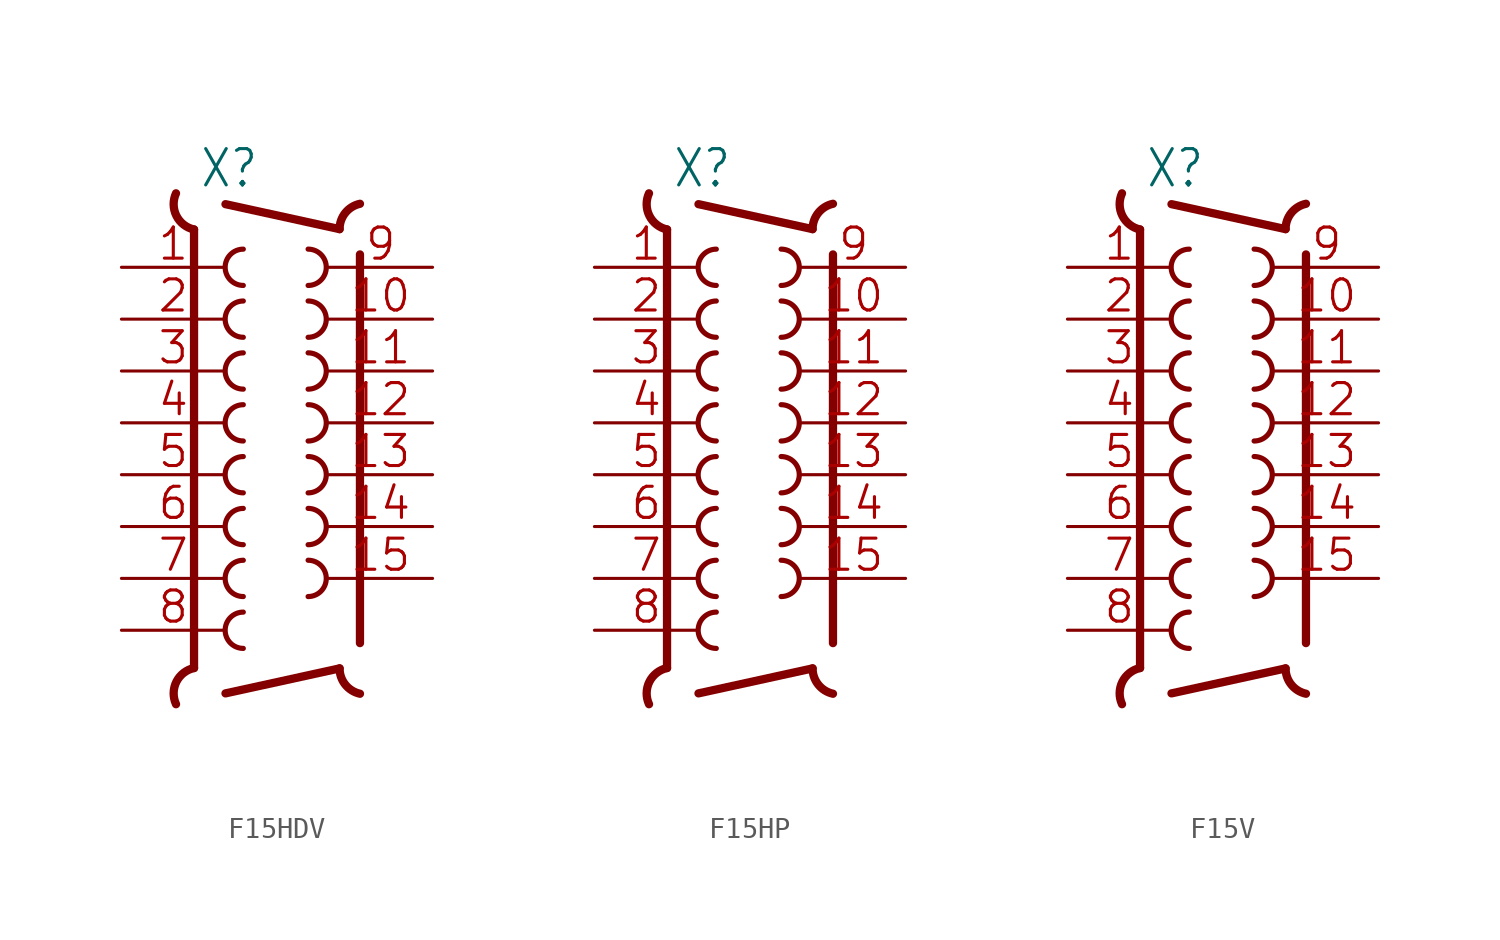
<source format=kicad_sym>
(kicad_symbol_lib
  (version 20241209)
  (generator "kicad_symbol_editor")
  (generator_version "9.0")
  (symbol "F15HDV"
    (property "Reference" "X"
      (at -3.81 11.43 0)
      (effects (font (size 1.778 1.511)) (justify left bottom)))
    (property "Value" ""
      (at -4.445 -15.875 0)
      (effects (font (size 1.778 1.511)) (justify left bottom)))
    (property "ki_locked" ""
      (at 0 0 0)
      (effects (font (size 1.27 1.27))))
    (symbol "F15HDV_1_0"
      (polyline (pts (xy -4.064 -12.011) (xy -4.064 9.471)) (stroke (width 0.406) (type solid)) (fill (type none)))
      (arc (start -4.064 9.4712) (mid -4.9294 10.1452) (end -4.9471 11.242) (stroke (width 0.4064) (type solid)) (fill (type none)))
      (arc (start -4.9467 -13.7821) (mid -4.9293 -12.6853) (end -4.064 -12.0112) (stroke (width 0.4064) (type solid)) (fill (type none)))
      (polyline (pts (xy -2.523 10.712) (xy 3.065 9.489)) (stroke (width 0.406) (type solid)) (fill (type none)))
      (polyline (pts (xy -2.523 -13.252) (xy 3.065 -12.029)) (stroke (width 0.406) (type solid)) (fill (type none)))
      (arc (start -1.651 6.731) (mid -2.54 7.62) (end -1.651 8.509) (stroke (width 0.254) (type solid)) (fill (type none)))
      (arc (start -1.651 4.191) (mid -2.54 5.08) (end -1.651 5.969) (stroke (width 0.254) (type solid)) (fill (type none)))
      (arc (start -1.651 1.651) (mid -2.54 2.54) (end -1.651 3.429) (stroke (width 0.254) (type solid)) (fill (type none)))
      (arc (start -1.651 -0.889) (mid -2.54 0) (end -1.651 0.889) (stroke (width 0.254) (type solid)) (fill (type none)))
      (arc (start -1.651 -3.429) (mid -2.54 -2.54) (end -1.651 -1.651) (stroke (width 0.254) (type solid)) (fill (type none)))
      (arc (start -1.651 -5.969) (mid -2.54 -5.08) (end -1.651 -4.191) (stroke (width 0.254) (type solid)) (fill (type none)))
      (arc (start -1.651 -8.509) (mid -2.54 -7.62) (end -1.651 -6.731) (stroke (width 0.254) (type solid)) (fill (type none)))
      (arc (start -1.651 -11.049) (mid -2.54 -10.16) (end -1.651 -9.271) (stroke (width 0.254) (type solid)) (fill (type none)))
      (arc (start 1.524 8.509) (mid 2.413 7.62) (end 1.524 6.731) (stroke (width 0.254) (type solid)) (fill (type none)))
      (arc (start 1.524 5.969) (mid 2.413 5.08) (end 1.524 4.191) (stroke (width 0.254) (type solid)) (fill (type none)))
      (arc (start 1.524 3.429) (mid 2.413 2.54) (end 1.524 1.651) (stroke (width 0.254) (type solid)) (fill (type none)))
      (arc (start 1.524 0.889) (mid 2.413 0) (end 1.524 -0.889) (stroke (width 0.254) (type solid)) (fill (type none)))
      (arc (start 1.524 -1.651) (mid 2.413 -2.54) (end 1.524 -3.429) (stroke (width 0.254) (type solid)) (fill (type none)))
      (arc (start 1.524 -4.191) (mid 2.413 -5.08) (end 1.524 -5.969) (stroke (width 0.254) (type solid)) (fill (type none)))
      (arc (start 1.524 -6.731) (mid 2.413 -7.62) (end 1.524 -8.509) (stroke (width 0.254) (type solid)) (fill (type none)))
      (polyline (pts (xy 4.064 -10.789) (xy 4.064 8.249)) (stroke (width 0.406) (type solid)) (fill (type none)))
      (arc (start 4.0639 -13.27) (mid 3.3461 -12.8256) (end 3.0654 -12.0294) (stroke (width 0.4064) (type solid)) (fill (type none)))
      (arc (start 3.0654 9.4895) (mid 3.3459 10.2859) (end 4.0638 10.7304) (stroke (width 0.4064) (type solid)) (fill (type none)))
      (pin passive line (at -7.62 7.62 0) (length 5.08) (name "1" (effects (font (size 0 0)))) (number "1" (effects (font (size 1.524 1.524)))))
      (pin passive line (at -7.62 5.08 0) (length 5.08) (name "2" (effects (font (size 0 0)))) (number "2" (effects (font (size 1.524 1.524)))))
      (pin passive line (at -7.62 2.54 0) (length 5.08) (name "3" (effects (font (size 0 0)))) (number "3" (effects (font (size 1.524 1.524)))))
      (pin passive line (at -7.62 0 0) (length 5.08) (name "4" (effects (font (size 0 0)))) (number "4" (effects (font (size 1.524 1.524)))))
      (pin passive line (at -7.62 -2.54 0) (length 5.08) (name "5" (effects (font (size 0 0)))) (number "5" (effects (font (size 1.524 1.524)))))
      (pin passive line (at -7.62 -5.08 0) (length 5.08) (name "6" (effects (font (size 0 0)))) (number "6" (effects (font (size 1.524 1.524)))))
      (pin passive line (at -7.62 -7.62 0) (length 5.08) (name "7" (effects (font (size 0 0)))) (number "7" (effects (font (size 1.524 1.524)))))
      (pin passive line (at -7.62 -10.16 0) (length 5.08) (name "8" (effects (font (size 0 0)))) (number "8" (effects (font (size 1.524 1.524)))))
      (pin passive line (at 7.62 7.62 180) (length 5.08) (name "9" (effects (font (size 0 0)))) (number "9" (effects (font (size 1.524 1.524)))))
      (pin passive line (at 7.62 5.08 180) (length 5.08) (name "10" (effects (font (size 0 0)))) (number "10" (effects (font (size 1.524 1.524)))))
      (pin passive line (at 7.62 2.54 180) (length 5.08) (name "11" (effects (font (size 0 0)))) (number "11" (effects (font (size 1.524 1.524)))))
      (pin passive line (at 7.62 0 180) (length 5.08) (name "12" (effects (font (size 0 0)))) (number "12" (effects (font (size 1.524 1.524)))))
      (pin passive line (at 7.62 -2.54 180) (length 5.08) (name "13" (effects (font (size 0 0)))) (number "13" (effects (font (size 1.524 1.524)))))
      (pin passive line (at 7.62 -5.08 180) (length 5.08) (name "14" (effects (font (size 0 0)))) (number "14" (effects (font (size 1.524 1.524)))))
      (pin passive line (at 7.62 -7.62 180) (length 5.08) (name "15" (effects (font (size 0 0)))) (number "15" (effects (font (size 1.524 1.524)))))))
  (symbol "F15HP"
    (property "Reference" "X"
      (at -3.81 11.43 0)
      (effects (font (size 1.778 1.511)) (justify left bottom)))
    (property "Value" ""
      (at -4.445 -15.875 0)
      (effects (font (size 1.778 1.511)) (justify left bottom)))
    (property "ki_locked" ""
      (at 0 0 0)
      (effects (font (size 1.27 1.27))))
    (symbol "F15HP_1_0"
      (polyline (pts (xy -4.064 -12.011) (xy -4.064 9.471)) (stroke (width 0.406) (type solid)) (fill (type none)))
      (arc (start -4.064 9.4712) (mid -4.9294 10.1452) (end -4.9471 11.242) (stroke (width 0.4064) (type solid)) (fill (type none)))
      (arc (start -4.9467 -13.7821) (mid -4.9293 -12.6853) (end -4.064 -12.0112) (stroke (width 0.4064) (type solid)) (fill (type none)))
      (polyline (pts (xy -2.523 10.712) (xy 3.065 9.489)) (stroke (width 0.406) (type solid)) (fill (type none)))
      (polyline (pts (xy -2.523 -13.252) (xy 3.065 -12.029)) (stroke (width 0.406) (type solid)) (fill (type none)))
      (arc (start -1.651 6.731) (mid -2.54 7.62) (end -1.651 8.509) (stroke (width 0.254) (type solid)) (fill (type none)))
      (arc (start -1.651 4.191) (mid -2.54 5.08) (end -1.651 5.969) (stroke (width 0.254) (type solid)) (fill (type none)))
      (arc (start -1.651 1.651) (mid -2.54 2.54) (end -1.651 3.429) (stroke (width 0.254) (type solid)) (fill (type none)))
      (arc (start -1.651 -0.889) (mid -2.54 0) (end -1.651 0.889) (stroke (width 0.254) (type solid)) (fill (type none)))
      (arc (start -1.651 -3.429) (mid -2.54 -2.54) (end -1.651 -1.651) (stroke (width 0.254) (type solid)) (fill (type none)))
      (arc (start -1.651 -5.969) (mid -2.54 -5.08) (end -1.651 -4.191) (stroke (width 0.254) (type solid)) (fill (type none)))
      (arc (start -1.651 -8.509) (mid -2.54 -7.62) (end -1.651 -6.731) (stroke (width 0.254) (type solid)) (fill (type none)))
      (arc (start -1.651 -11.049) (mid -2.54 -10.16) (end -1.651 -9.271) (stroke (width 0.254) (type solid)) (fill (type none)))
      (arc (start 1.524 8.509) (mid 2.413 7.62) (end 1.524 6.731) (stroke (width 0.254) (type solid)) (fill (type none)))
      (arc (start 1.524 5.969) (mid 2.413 5.08) (end 1.524 4.191) (stroke (width 0.254) (type solid)) (fill (type none)))
      (arc (start 1.524 3.429) (mid 2.413 2.54) (end 1.524 1.651) (stroke (width 0.254) (type solid)) (fill (type none)))
      (arc (start 1.524 0.889) (mid 2.413 0) (end 1.524 -0.889) (stroke (width 0.254) (type solid)) (fill (type none)))
      (arc (start 1.524 -1.651) (mid 2.413 -2.54) (end 1.524 -3.429) (stroke (width 0.254) (type solid)) (fill (type none)))
      (arc (start 1.524 -4.191) (mid 2.413 -5.08) (end 1.524 -5.969) (stroke (width 0.254) (type solid)) (fill (type none)))
      (arc (start 1.524 -6.731) (mid 2.413 -7.62) (end 1.524 -8.509) (stroke (width 0.254) (type solid)) (fill (type none)))
      (polyline (pts (xy 4.064 -10.789) (xy 4.064 8.249)) (stroke (width 0.406) (type solid)) (fill (type none)))
      (arc (start 4.0639 -13.27) (mid 3.3461 -12.8256) (end 3.0654 -12.0294) (stroke (width 0.4064) (type solid)) (fill (type none)))
      (arc (start 3.0654 9.4895) (mid 3.3459 10.2859) (end 4.0638 10.7304) (stroke (width 0.4064) (type solid)) (fill (type none)))
      (pin passive line (at -7.62 7.62 0) (length 5.08) (name "1" (effects (font (size 0 0)))) (number "1" (effects (font (size 1.524 1.524)))))
      (pin passive line (at -7.62 5.08 0) (length 5.08) (name "2" (effects (font (size 0 0)))) (number "2" (effects (font (size 1.524 1.524)))))
      (pin passive line (at -7.62 2.54 0) (length 5.08) (name "3" (effects (font (size 0 0)))) (number "3" (effects (font (size 1.524 1.524)))))
      (pin passive line (at -7.62 0 0) (length 5.08) (name "4" (effects (font (size 0 0)))) (number "4" (effects (font (size 1.524 1.524)))))
      (pin passive line (at -7.62 -2.54 0) (length 5.08) (name "5" (effects (font (size 0 0)))) (number "5" (effects (font (size 1.524 1.524)))))
      (pin passive line (at -7.62 -5.08 0) (length 5.08) (name "6" (effects (font (size 0 0)))) (number "6" (effects (font (size 1.524 1.524)))))
      (pin passive line (at -7.62 -7.62 0) (length 5.08) (name "7" (effects (font (size 0 0)))) (number "7" (effects (font (size 1.524 1.524)))))
      (pin passive line (at -7.62 -10.16 0) (length 5.08) (name "8" (effects (font (size 0 0)))) (number "8" (effects (font (size 1.524 1.524)))))
      (pin passive line (at 7.62 7.62 180) (length 5.08) (name "9" (effects (font (size 0 0)))) (number "9" (effects (font (size 1.524 1.524)))))
      (pin passive line (at 7.62 5.08 180) (length 5.08) (name "10" (effects (font (size 0 0)))) (number "10" (effects (font (size 1.524 1.524)))))
      (pin passive line (at 7.62 2.54 180) (length 5.08) (name "11" (effects (font (size 0 0)))) (number "11" (effects (font (size 1.524 1.524)))))
      (pin passive line (at 7.62 0 180) (length 5.08) (name "12" (effects (font (size 0 0)))) (number "12" (effects (font (size 1.524 1.524)))))
      (pin passive line (at 7.62 -2.54 180) (length 5.08) (name "13" (effects (font (size 0 0)))) (number "13" (effects (font (size 1.524 1.524)))))
      (pin passive line (at 7.62 -5.08 180) (length 5.08) (name "14" (effects (font (size 0 0)))) (number "14" (effects (font (size 1.524 1.524)))))
      (pin passive line (at 7.62 -7.62 180) (length 5.08) (name "15" (effects (font (size 0 0)))) (number "15" (effects (font (size 1.524 1.524)))))))
  (symbol "F15V"
    (property "Reference" "X"
      (at -3.81 11.43 0)
      (effects (font (size 1.778 1.511)) (justify left bottom)))
    (property "Value" ""
      (at -4.445 -15.875 0)
      (effects (font (size 1.778 1.511)) (justify left bottom)))
    (property "ki_locked" ""
      (at 0 0 0)
      (effects (font (size 1.27 1.27))))
    (symbol "F15V_1_0"
      (polyline (pts (xy -4.064 -12.011) (xy -4.064 9.471)) (stroke (width 0.406) (type solid)) (fill (type none)))
      (arc (start -4.064 9.4712) (mid -4.9294 10.1452) (end -4.9471 11.242) (stroke (width 0.4064) (type solid)) (fill (type none)))
      (arc (start -4.9467 -13.7821) (mid -4.9293 -12.6853) (end -4.064 -12.0112) (stroke (width 0.4064) (type solid)) (fill (type none)))
      (polyline (pts (xy -2.523 10.712) (xy 3.065 9.489)) (stroke (width 0.406) (type solid)) (fill (type none)))
      (polyline (pts (xy -2.523 -13.252) (xy 3.065 -12.029)) (stroke (width 0.406) (type solid)) (fill (type none)))
      (arc (start -1.651 6.731) (mid -2.54 7.62) (end -1.651 8.509) (stroke (width 0.254) (type solid)) (fill (type none)))
      (arc (start -1.651 4.191) (mid -2.54 5.08) (end -1.651 5.969) (stroke (width 0.254) (type solid)) (fill (type none)))
      (arc (start -1.651 1.651) (mid -2.54 2.54) (end -1.651 3.429) (stroke (width 0.254) (type solid)) (fill (type none)))
      (arc (start -1.651 -0.889) (mid -2.54 0) (end -1.651 0.889) (stroke (width 0.254) (type solid)) (fill (type none)))
      (arc (start -1.651 -3.429) (mid -2.54 -2.54) (end -1.651 -1.651) (stroke (width 0.254) (type solid)) (fill (type none)))
      (arc (start -1.651 -5.969) (mid -2.54 -5.08) (end -1.651 -4.191) (stroke (width 0.254) (type solid)) (fill (type none)))
      (arc (start -1.651 -8.509) (mid -2.54 -7.62) (end -1.651 -6.731) (stroke (width 0.254) (type solid)) (fill (type none)))
      (arc (start -1.651 -11.049) (mid -2.54 -10.16) (end -1.651 -9.271) (stroke (width 0.254) (type solid)) (fill (type none)))
      (arc (start 1.524 8.509) (mid 2.413 7.62) (end 1.524 6.731) (stroke (width 0.254) (type solid)) (fill (type none)))
      (arc (start 1.524 5.969) (mid 2.413 5.08) (end 1.524 4.191) (stroke (width 0.254) (type solid)) (fill (type none)))
      (arc (start 1.524 3.429) (mid 2.413 2.54) (end 1.524 1.651) (stroke (width 0.254) (type solid)) (fill (type none)))
      (arc (start 1.524 0.889) (mid 2.413 0) (end 1.524 -0.889) (stroke (width 0.254) (type solid)) (fill (type none)))
      (arc (start 1.524 -1.651) (mid 2.413 -2.54) (end 1.524 -3.429) (stroke (width 0.254) (type solid)) (fill (type none)))
      (arc (start 1.524 -4.191) (mid 2.413 -5.08) (end 1.524 -5.969) (stroke (width 0.254) (type solid)) (fill (type none)))
      (arc (start 1.524 -6.731) (mid 2.413 -7.62) (end 1.524 -8.509) (stroke (width 0.254) (type solid)) (fill (type none)))
      (polyline (pts (xy 4.064 -10.789) (xy 4.064 8.249)) (stroke (width 0.406) (type solid)) (fill (type none)))
      (arc (start 4.0639 -13.27) (mid 3.3461 -12.8256) (end 3.0654 -12.0294) (stroke (width 0.4064) (type solid)) (fill (type none)))
      (arc (start 3.0654 9.4895) (mid 3.3459 10.2859) (end 4.0638 10.7304) (stroke (width 0.4064) (type solid)) (fill (type none)))
      (pin passive line (at -7.62 7.62 0) (length 5.08) (name "1" (effects (font (size 0 0)))) (number "1" (effects (font (size 1.524 1.524)))))
      (pin passive line (at -7.62 5.08 0) (length 5.08) (name "2" (effects (font (size 0 0)))) (number "2" (effects (font (size 1.524 1.524)))))
      (pin passive line (at -7.62 2.54 0) (length 5.08) (name "3" (effects (font (size 0 0)))) (number "3" (effects (font (size 1.524 1.524)))))
      (pin passive line (at -7.62 0 0) (length 5.08) (name "4" (effects (font (size 0 0)))) (number "4" (effects (font (size 1.524 1.524)))))
      (pin passive line (at -7.62 -2.54 0) (length 5.08) (name "5" (effects (font (size 0 0)))) (number "5" (effects (font (size 1.524 1.524)))))
      (pin passive line (at -7.62 -5.08 0) (length 5.08) (name "6" (effects (font (size 0 0)))) (number "6" (effects (font (size 1.524 1.524)))))
      (pin passive line (at -7.62 -7.62 0) (length 5.08) (name "7" (effects (font (size 0 0)))) (number "7" (effects (font (size 1.524 1.524)))))
      (pin passive line (at -7.62 -10.16 0) (length 5.08) (name "8" (effects (font (size 0 0)))) (number "8" (effects (font (size 1.524 1.524)))))
      (pin passive line (at 7.62 7.62 180) (length 5.08) (name "9" (effects (font (size 0 0)))) (number "9" (effects (font (size 1.524 1.524)))))
      (pin passive line (at 7.62 5.08 180) (length 5.08) (name "10" (effects (font (size 0 0)))) (number "10" (effects (font (size 1.524 1.524)))))
      (pin passive line (at 7.62 2.54 180) (length 5.08) (name "11" (effects (font (size 0 0)))) (number "11" (effects (font (size 1.524 1.524)))))
      (pin passive line (at 7.62 0 180) (length 5.08) (name "12" (effects (font (size 0 0)))) (number "12" (effects (font (size 1.524 1.524)))))
      (pin passive line (at 7.62 -2.54 180) (length 5.08) (name "13" (effects (font (size 0 0)))) (number "13" (effects (font (size 1.524 1.524)))))
      (pin passive line (at 7.62 -5.08 180) (length 5.08) (name "14" (effects (font (size 0 0)))) (number "14" (effects (font (size 1.524 1.524)))))
      (pin passive line (at 7.62 -7.62 180) (length 5.08) (name "15" (effects (font (size 0 0)))) (number "15" (effects (font (size 1.524 1.524))))))))
</source>
